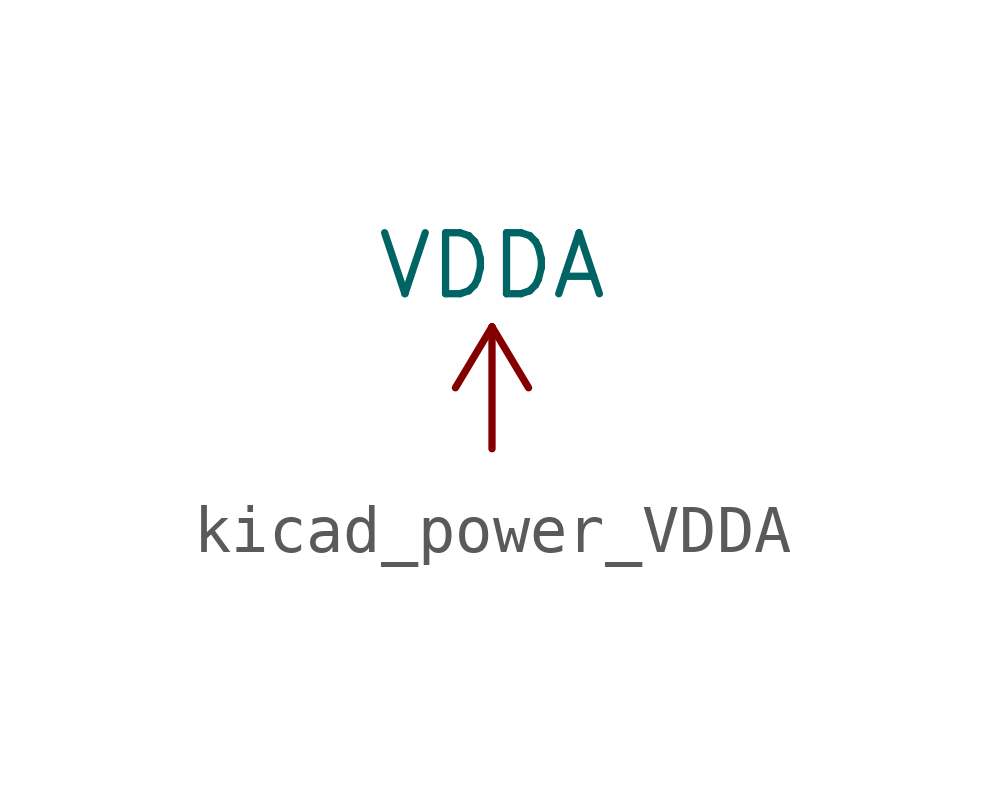
<source format=kicad_sym>
(kicad_symbol_lib
  (version 20220914)
  (generator kicad_symbol_editor)
  (symbol "kicad_power_VDDA"
    (power)
    (pin_names
      (offset 0))
    (property "Reference" "#PWR"
      (at 0 -3.81 0)
      (effects (font (size 1.27 1.27)) hide))
    (property "Value" "VDDA"
      (at 0 3.81 0)
      (effects (font (size 1.27 1.27))))
    (symbol "kicad_power_VDDA_0_1"
      (polyline (pts (xy -0.762 1.27) (xy 0 2.54)) (stroke (width 0) (type default)) (fill (type none)))
      (polyline (pts (xy 0 0) (xy 0 2.54)) (stroke (width 0) (type default)) (fill (type none)))
      (polyline (pts (xy 0 2.54) (xy 0.762 1.27)) (stroke (width 0) (type default)) (fill (type none))))
    (symbol "kicad_power_VDDA_1_1"
      (pin power_in line (at 0 0 90) (length 0) hide (name "VDDA" (effects (font (size 1.27 1.27)))) (number "1" (effects (font (size 1.27 1.27))))))))
</source>
